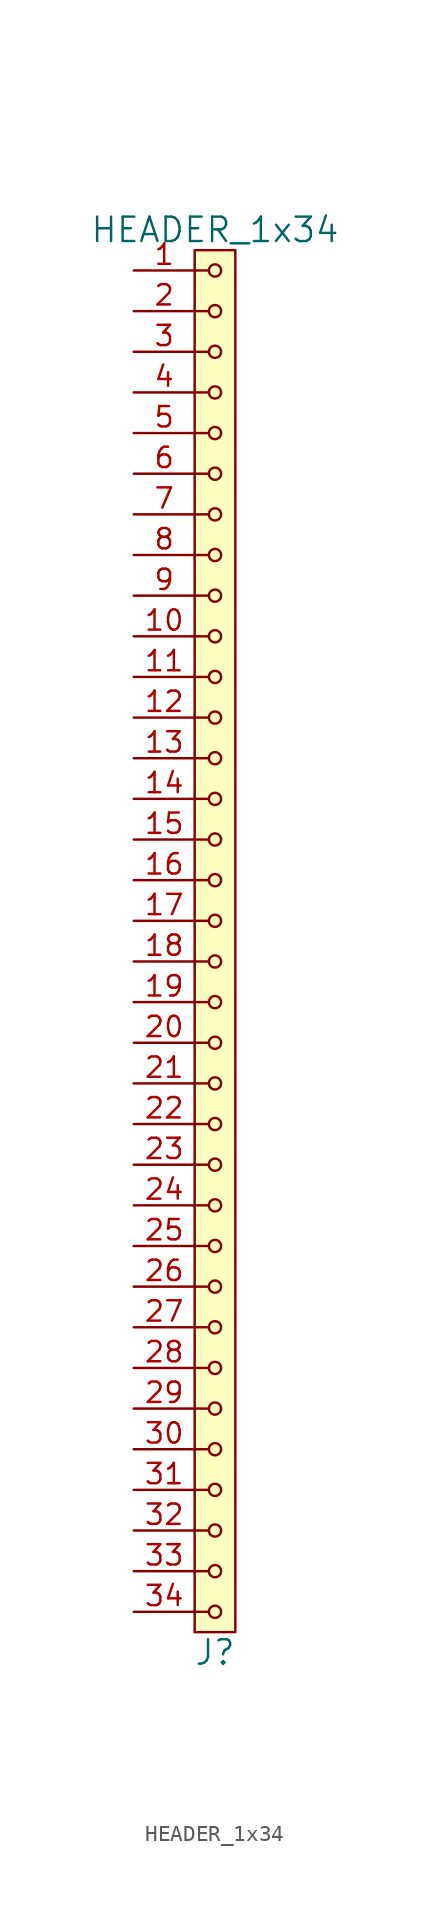
<source format=kicad_sym>
(kicad_symbol_lib
  (version 20211014)
  (generator kicad_symbol_editor)
  (symbol "HEADER_1x34"
    (pin_names
      (offset 1.016))
    (property "Reference" "J"
      (at 0 -44.45 0)
      (effects (font (size 1.524 1.524))))
    (property "Value" "HEADER_1x34"
      (at 0 44.45 0)
      (effects (font (size 1.524 1.524))))
    (property "Footprint" ""
      (at 0 41.91 0)
      (effects (font (size 1.524 1.524))))
    (property "Datasheet" ""
      (at 0 41.91 0)
      (effects (font (size 1.524 1.524))))
    (symbol "HEADER_1x34_0_1"
      (rectangle (start -1.27 43.18) (end 1.27 -43.18) (stroke (width 0) (type default) (color 0 0 0 0)) (fill (type background)))
      (circle (center 0 -41.91) (radius 0.381) (stroke (width 0) (type default) (color 0 0 0 0)) (fill (type none)))
      (circle (center 0 -39.37) (radius 0.381) (stroke (width 0) (type default) (color 0 0 0 0)) (fill (type none)))
      (circle (center 0 -36.83) (radius 0.381) (stroke (width 0) (type default) (color 0 0 0 0)) (fill (type none)))
      (circle (center 0 -34.29) (radius 0.381) (stroke (width 0) (type default) (color 0 0 0 0)) (fill (type none)))
      (circle (center 0 -31.75) (radius 0.381) (stroke (width 0) (type default) (color 0 0 0 0)) (fill (type none)))
      (circle (center 0 -29.21) (radius 0.381) (stroke (width 0) (type default) (color 0 0 0 0)) (fill (type none)))
      (circle (center 0 -26.67) (radius 0.381) (stroke (width 0) (type default) (color 0 0 0 0)) (fill (type none)))
      (circle (center 0 -24.13) (radius 0.381) (stroke (width 0) (type default) (color 0 0 0 0)) (fill (type none)))
      (circle (center 0 -21.59) (radius 0.381) (stroke (width 0) (type default) (color 0 0 0 0)) (fill (type none)))
      (circle (center 0 -19.05) (radius 0.381) (stroke (width 0) (type default) (color 0 0 0 0)) (fill (type none)))
      (circle (center 0 -16.51) (radius 0.381) (stroke (width 0) (type default) (color 0 0 0 0)) (fill (type none)))
      (circle (center 0 -13.97) (radius 0.381) (stroke (width 0) (type default) (color 0 0 0 0)) (fill (type none)))
      (circle (center 0 -11.43) (radius 0.381) (stroke (width 0) (type default) (color 0 0 0 0)) (fill (type none)))
      (circle (center 0 -8.89) (radius 0.381) (stroke (width 0) (type default) (color 0 0 0 0)) (fill (type none)))
      (circle (center 0 -6.35) (radius 0.381) (stroke (width 0) (type default) (color 0 0 0 0)) (fill (type none)))
      (circle (center 0 -3.81) (radius 0.381) (stroke (width 0) (type default) (color 0 0 0 0)) (fill (type none)))
      (circle (center 0 -1.27) (radius 0.381) (stroke (width 0) (type default) (color 0 0 0 0)) (fill (type none)))
      (polyline (pts (xy -1.27 -41.91) (xy -0.381 -41.91)) (stroke (width 0) (type default) (color 0 0 0 0)) (fill (type none)))
      (polyline (pts (xy -1.27 -39.37) (xy -0.381 -39.37)) (stroke (width 0) (type default) (color 0 0 0 0)) (fill (type none)))
      (polyline (pts (xy -1.27 -36.83) (xy -0.381 -36.83)) (stroke (width 0) (type default) (color 0 0 0 0)) (fill (type none)))
      (polyline (pts (xy -1.27 -34.29) (xy -0.381 -34.29)) (stroke (width 0) (type default) (color 0 0 0 0)) (fill (type none)))
      (polyline (pts (xy -1.27 -31.75) (xy -0.381 -31.75)) (stroke (width 0) (type default) (color 0 0 0 0)) (fill (type none)))
      (polyline (pts (xy -1.27 -29.21) (xy -0.381 -29.21)) (stroke (width 0) (type default) (color 0 0 0 0)) (fill (type none)))
      (polyline (pts (xy -1.27 -26.67) (xy -0.381 -26.67)) (stroke (width 0) (type default) (color 0 0 0 0)) (fill (type none)))
      (polyline (pts (xy -1.27 -24.13) (xy -0.381 -24.13)) (stroke (width 0) (type default) (color 0 0 0 0)) (fill (type none)))
      (polyline (pts (xy -1.27 -21.59) (xy -0.381 -21.59)) (stroke (width 0) (type default) (color 0 0 0 0)) (fill (type none)))
      (polyline (pts (xy -1.27 -19.05) (xy -0.381 -19.05)) (stroke (width 0) (type default) (color 0 0 0 0)) (fill (type none)))
      (polyline (pts (xy -1.27 -16.51) (xy -0.381 -16.51)) (stroke (width 0) (type default) (color 0 0 0 0)) (fill (type none)))
      (polyline (pts (xy -1.27 -13.97) (xy -0.381 -13.97)) (stroke (width 0) (type default) (color 0 0 0 0)) (fill (type none)))
      (polyline (pts (xy -1.27 -11.43) (xy -0.381 -11.43)) (stroke (width 0) (type default) (color 0 0 0 0)) (fill (type none)))
      (polyline (pts (xy -1.27 -8.89) (xy -0.381 -8.89)) (stroke (width 0) (type default) (color 0 0 0 0)) (fill (type none)))
      (polyline (pts (xy -1.27 -6.35) (xy -0.381 -6.35)) (stroke (width 0) (type default) (color 0 0 0 0)) (fill (type none)))
      (polyline (pts (xy -1.27 -3.81) (xy -0.381 -3.81)) (stroke (width 0) (type default) (color 0 0 0 0)) (fill (type none)))
      (polyline (pts (xy -1.27 -1.27) (xy -0.381 -1.27)) (stroke (width 0) (type default) (color 0 0 0 0)) (fill (type none)))
      (polyline (pts (xy -1.27 1.27) (xy -0.381 1.27)) (stroke (width 0) (type default) (color 0 0 0 0)) (fill (type none)))
      (polyline (pts (xy -1.27 3.81) (xy -0.381 3.81)) (stroke (width 0) (type default) (color 0 0 0 0)) (fill (type none)))
      (polyline (pts (xy -1.27 6.35) (xy -0.381 6.35)) (stroke (width 0) (type default) (color 0 0 0 0)) (fill (type none)))
      (polyline (pts (xy -1.27 8.89) (xy -0.381 8.89)) (stroke (width 0) (type default) (color 0 0 0 0)) (fill (type none)))
      (polyline (pts (xy -1.27 11.43) (xy -0.381 11.43)) (stroke (width 0) (type default) (color 0 0 0 0)) (fill (type none)))
      (polyline (pts (xy -1.27 13.97) (xy -0.381 13.97)) (stroke (width 0) (type default) (color 0 0 0 0)) (fill (type none)))
      (polyline (pts (xy -1.27 16.51) (xy -0.381 16.51)) (stroke (width 0) (type default) (color 0 0 0 0)) (fill (type none)))
      (polyline (pts (xy -1.27 19.05) (xy -0.381 19.05)) (stroke (width 0) (type default) (color 0 0 0 0)) (fill (type none)))
      (polyline (pts (xy -1.27 21.59) (xy -0.381 21.59)) (stroke (width 0) (type default) (color 0 0 0 0)) (fill (type none)))
      (polyline (pts (xy -1.27 24.13) (xy -0.381 24.13)) (stroke (width 0) (type default) (color 0 0 0 0)) (fill (type none)))
      (polyline (pts (xy -1.27 26.67) (xy -0.381 26.67)) (stroke (width 0) (type default) (color 0 0 0 0)) (fill (type none)))
      (polyline (pts (xy -1.27 29.21) (xy -0.381 29.21)) (stroke (width 0) (type default) (color 0 0 0 0)) (fill (type none)))
      (polyline (pts (xy -1.27 31.75) (xy -0.381 31.75)) (stroke (width 0) (type default) (color 0 0 0 0)) (fill (type none)))
      (polyline (pts (xy -1.27 34.29) (xy -0.381 34.29)) (stroke (width 0) (type default) (color 0 0 0 0)) (fill (type none)))
      (polyline (pts (xy -1.27 36.83) (xy -0.381 36.83)) (stroke (width 0) (type default) (color 0 0 0 0)) (fill (type none)))
      (polyline (pts (xy -1.27 39.37) (xy -0.381 39.37)) (stroke (width 0) (type default) (color 0 0 0 0)) (fill (type none)))
      (polyline (pts (xy -1.27 41.91) (xy -0.381 41.91)) (stroke (width 0) (type default) (color 0 0 0 0)) (fill (type none)))
      (circle (center 0 1.27) (radius 0.381) (stroke (width 0) (type default) (color 0 0 0 0)) (fill (type none)))
      (circle (center 0 3.81) (radius 0.381) (stroke (width 0) (type default) (color 0 0 0 0)) (fill (type none)))
      (circle (center 0 6.35) (radius 0.381) (stroke (width 0) (type default) (color 0 0 0 0)) (fill (type none)))
      (circle (center 0 8.89) (radius 0.381) (stroke (width 0) (type default) (color 0 0 0 0)) (fill (type none)))
      (circle (center 0 11.43) (radius 0.381) (stroke (width 0) (type default) (color 0 0 0 0)) (fill (type none)))
      (circle (center 0 13.97) (radius 0.381) (stroke (width 0) (type default) (color 0 0 0 0)) (fill (type none)))
      (circle (center 0 16.51) (radius 0.381) (stroke (width 0) (type default) (color 0 0 0 0)) (fill (type none)))
      (circle (center 0 19.05) (radius 0.381) (stroke (width 0) (type default) (color 0 0 0 0)) (fill (type none)))
      (circle (center 0 21.59) (radius 0.381) (stroke (width 0) (type default) (color 0 0 0 0)) (fill (type none)))
      (circle (center 0 24.13) (radius 0.381) (stroke (width 0) (type default) (color 0 0 0 0)) (fill (type none)))
      (circle (center 0 26.67) (radius 0.381) (stroke (width 0) (type default) (color 0 0 0 0)) (fill (type none)))
      (circle (center 0 29.21) (radius 0.381) (stroke (width 0) (type default) (color 0 0 0 0)) (fill (type none)))
      (circle (center 0 31.75) (radius 0.381) (stroke (width 0) (type default) (color 0 0 0 0)) (fill (type none)))
      (circle (center 0 34.29) (radius 0.381) (stroke (width 0) (type default) (color 0 0 0 0)) (fill (type none)))
      (circle (center 0 36.83) (radius 0.381) (stroke (width 0) (type default) (color 0 0 0 0)) (fill (type none)))
      (circle (center 0 39.37) (radius 0.381) (stroke (width 0) (type default) (color 0 0 0 0)) (fill (type none)))
      (circle (center 0 41.91) (radius 0.381) (stroke (width 0) (type default) (color 0 0 0 0)) (fill (type none))))
    (symbol "HEADER_1x34_1_1"
      (pin input line (at -5.08 41.91 0) (length 3.81) (name "~" (effects (font (size 1.27 1.27)))) (number "1" (effects (font (size 1.27 1.27)))))
      (pin input line (at -5.08 19.05 0) (length 3.81) (name "~" (effects (font (size 1.27 1.27)))) (number "10" (effects (font (size 1.27 1.27)))))
      (pin input line (at -5.08 16.51 0) (length 3.81) (name "~" (effects (font (size 1.27 1.27)))) (number "11" (effects (font (size 1.27 1.27)))))
      (pin input line (at -5.08 13.97 0) (length 3.81) (name "~" (effects (font (size 1.27 1.27)))) (number "12" (effects (font (size 1.27 1.27)))))
      (pin input line (at -5.08 11.43 0) (length 3.81) (name "~" (effects (font (size 1.27 1.27)))) (number "13" (effects (font (size 1.27 1.27)))))
      (pin input line (at -5.08 8.89 0) (length 3.81) (name "~" (effects (font (size 1.27 1.27)))) (number "14" (effects (font (size 1.27 1.27)))))
      (pin input line (at -5.08 6.35 0) (length 3.81) (name "~" (effects (font (size 1.27 1.27)))) (number "15" (effects (font (size 1.27 1.27)))))
      (pin input line (at -5.08 3.81 0) (length 3.81) (name "~" (effects (font (size 1.27 1.27)))) (number "16" (effects (font (size 1.27 1.27)))))
      (pin input line (at -5.08 1.27 0) (length 3.81) (name "~" (effects (font (size 1.27 1.27)))) (number "17" (effects (font (size 1.27 1.27)))))
      (pin input line (at -5.08 -1.27 0) (length 3.81) (name "~" (effects (font (size 1.27 1.27)))) (number "18" (effects (font (size 1.27 1.27)))))
      (pin input line (at -5.08 -3.81 0) (length 3.81) (name "~" (effects (font (size 1.27 1.27)))) (number "19" (effects (font (size 1.27 1.27)))))
      (pin input line (at -5.08 39.37 0) (length 3.81) (name "~" (effects (font (size 1.27 1.27)))) (number "2" (effects (font (size 1.27 1.27)))))
      (pin input line (at -5.08 -6.35 0) (length 3.81) (name "~" (effects (font (size 1.27 1.27)))) (number "20" (effects (font (size 1.27 1.27)))))
      (pin input line (at -5.08 -8.89 0) (length 3.81) (name "~" (effects (font (size 1.27 1.27)))) (number "21" (effects (font (size 1.27 1.27)))))
      (pin input line (at -5.08 -11.43 0) (length 3.81) (name "~" (effects (font (size 1.27 1.27)))) (number "22" (effects (font (size 1.27 1.27)))))
      (pin input line (at -5.08 -13.97 0) (length 3.81) (name "~" (effects (font (size 1.27 1.27)))) (number "23" (effects (font (size 1.27 1.27)))))
      (pin input line (at -5.08 -16.51 0) (length 3.81) (name "~" (effects (font (size 1.27 1.27)))) (number "24" (effects (font (size 1.27 1.27)))))
      (pin input line (at -5.08 -19.05 0) (length 3.81) (name "~" (effects (font (size 1.27 1.27)))) (number "25" (effects (font (size 1.27 1.27)))))
      (pin input line (at -5.08 -21.59 0) (length 3.81) (name "~" (effects (font (size 1.27 1.27)))) (number "26" (effects (font (size 1.27 1.27)))))
      (pin input line (at -5.08 -24.13 0) (length 3.81) (name "~" (effects (font (size 1.27 1.27)))) (number "27" (effects (font (size 1.27 1.27)))))
      (pin input line (at -5.08 -26.67 0) (length 3.81) (name "~" (effects (font (size 1.27 1.27)))) (number "28" (effects (font (size 1.27 1.27)))))
      (pin input line (at -5.08 -29.21 0) (length 3.81) (name "~" (effects (font (size 1.27 1.27)))) (number "29" (effects (font (size 1.27 1.27)))))
      (pin input line (at -5.08 36.83 0) (length 3.81) (name "~" (effects (font (size 1.27 1.27)))) (number "3" (effects (font (size 1.27 1.27)))))
      (pin input line (at -5.08 -31.75 0) (length 3.81) (name "~" (effects (font (size 1.27 1.27)))) (number "30" (effects (font (size 1.27 1.27)))))
      (pin input line (at -5.08 -34.29 0) (length 3.81) (name "~" (effects (font (size 1.27 1.27)))) (number "31" (effects (font (size 1.27 1.27)))))
      (pin input line (at -5.08 -36.83 0) (length 3.81) (name "~" (effects (font (size 1.27 1.27)))) (number "32" (effects (font (size 1.27 1.27)))))
      (pin input line (at -5.08 -39.37 0) (length 3.81) (name "~" (effects (font (size 1.27 1.27)))) (number "33" (effects (font (size 1.27 1.27)))))
      (pin input line (at -5.08 -41.91 0) (length 3.81) (name "~" (effects (font (size 1.27 1.27)))) (number "34" (effects (font (size 1.27 1.27)))))
      (pin input line (at -5.08 34.29 0) (length 3.81) (name "~" (effects (font (size 1.27 1.27)))) (number "4" (effects (font (size 1.27 1.27)))))
      (pin input line (at -5.08 31.75 0) (length 3.81) (name "~" (effects (font (size 1.27 1.27)))) (number "5" (effects (font (size 1.27 1.27)))))
      (pin input line (at -5.08 29.21 0) (length 3.81) (name "~" (effects (font (size 1.27 1.27)))) (number "6" (effects (font (size 1.27 1.27)))))
      (pin input line (at -5.08 26.67 0) (length 3.81) (name "~" (effects (font (size 1.27 1.27)))) (number "7" (effects (font (size 1.27 1.27)))))
      (pin input line (at -5.08 24.13 0) (length 3.81) (name "~" (effects (font (size 1.27 1.27)))) (number "8" (effects (font (size 1.27 1.27)))))
      (pin input line (at -5.08 21.59 0) (length 3.81) (name "~" (effects (font (size 1.27 1.27)))) (number "9" (effects (font (size 1.27 1.27))))))))
</source>
